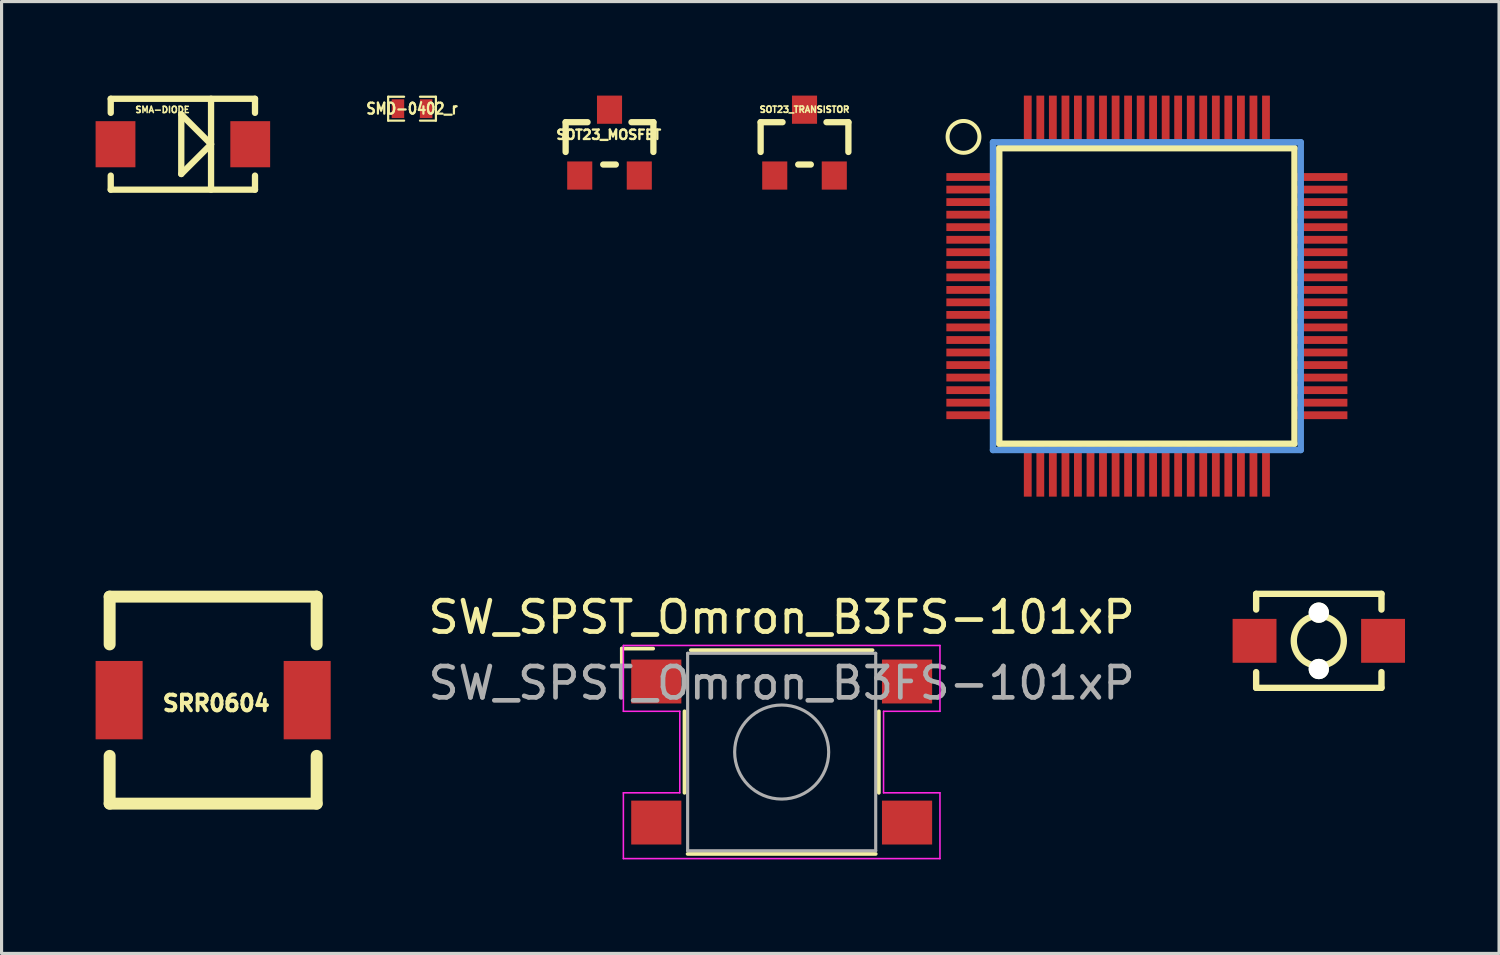
<source format=kicad_pcb>
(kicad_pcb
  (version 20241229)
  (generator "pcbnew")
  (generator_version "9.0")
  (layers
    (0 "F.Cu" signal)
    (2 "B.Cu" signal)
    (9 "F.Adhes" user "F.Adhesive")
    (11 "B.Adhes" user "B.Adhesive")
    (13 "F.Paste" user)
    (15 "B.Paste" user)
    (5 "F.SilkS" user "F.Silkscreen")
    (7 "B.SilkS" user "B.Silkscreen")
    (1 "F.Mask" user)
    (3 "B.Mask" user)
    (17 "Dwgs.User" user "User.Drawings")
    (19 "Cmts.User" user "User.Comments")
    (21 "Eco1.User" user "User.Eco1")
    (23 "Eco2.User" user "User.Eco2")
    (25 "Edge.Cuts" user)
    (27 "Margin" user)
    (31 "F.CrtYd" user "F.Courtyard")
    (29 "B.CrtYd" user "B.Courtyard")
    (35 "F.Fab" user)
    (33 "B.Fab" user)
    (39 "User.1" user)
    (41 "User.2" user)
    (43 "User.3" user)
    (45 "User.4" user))
  (footprint "SQFP80"
    (layer "F.Cu")
    (at 33.538 6.397)
    (property "Reference" "SQFP80" (at -2.8 3.1 0) (layer "Eco1.User") (effects (font (size 0.5 0.5) (thickness 0.102))))
    (attr through_hole)
    (fp_line (start -4.709 -4.719) (end 4.709 -4.719) (stroke (width 0.203) (type solid)) (layer "F.SilkS"))
    (fp_line (start -4.709 4.709) (end -4.709 -4.719) (stroke (width 0.203) (type solid)) (layer "F.SilkS"))
    (fp_line (start 4.709 -4.719) (end 4.709 4.709) (stroke (width 0.203) (type solid)) (layer "F.SilkS"))
    (fp_line (start 4.709 4.709) (end -4.709 4.709) (stroke (width 0.203) (type solid)) (layer "F.SilkS"))
    (fp_circle (center -5.85 -5.08) (end -5.342 -5.08) (stroke (width 0.127) (type solid)) (fill no) (layer "F.SilkS"))
    (fp_line (start -4.91 -4.91) (end -4.91 4.91) (stroke (width 0.203) (type solid)) (layer "Cmts.User"))
    (fp_line (start -4.91 4.91) (end 4.91 4.91) (stroke (width 0.203) (type solid)) (layer "Cmts.User"))
    (fp_line (start 4.91 -4.91) (end -4.91 -4.91) (stroke (width 0.203) (type solid)) (layer "Cmts.User"))
    (fp_line (start 4.91 4.91) (end 4.91 -4.91) (stroke (width 0.203) (type solid)) (layer "Cmts.User"))
    (pad "1" smd rect (at -5.598 -3.8 270) (size 0.249 1.598) (layers "F.Cu" "F.Mask" "F.Paste"))
    (pad "2" smd rect (at -5.598 -3.399 270) (size 0.249 1.598) (layers "F.Cu" "F.Mask" "F.Paste"))
    (pad "3" smd rect (at -5.598 -3 270) (size 0.249 1.598) (layers "F.Cu" "F.Mask" "F.Paste"))
    (pad "4" smd rect (at -5.598 -2.598 270) (size 0.249 1.598) (layers "F.Cu" "F.Mask" "F.Paste"))
    (pad "5" smd rect (at -5.598 -2.2 270) (size 0.249 1.598) (layers "F.Cu" "F.Mask" "F.Paste"))
    (pad "6" smd rect (at -5.598 -1.798 270) (size 0.249 1.598) (layers "F.Cu" "F.Mask" "F.Paste"))
    (pad "7" smd rect (at -5.598 -1.4 270) (size 0.249 1.598) (layers "F.Cu" "F.Mask" "F.Paste"))
    (pad "8" smd rect (at -5.598 -0.998 270) (size 0.249 1.598) (layers "F.Cu" "F.Mask" "F.Paste"))
    (pad "9" smd rect (at -5.598 -0.599 270) (size 0.249 1.598) (layers "F.Cu" "F.Mask" "F.Paste"))
    (pad "10" smd rect (at -5.598 -0.198 270) (size 0.249 1.598) (layers "F.Cu" "F.Mask" "F.Paste"))
    (pad "11" smd rect (at -5.598 0.198 270) (size 0.249 1.598) (layers "F.Cu" "F.Mask" "F.Paste"))
    (pad "12" smd rect (at -5.598 0.599 270) (size 0.249 1.598) (layers "F.Cu" "F.Mask" "F.Paste"))
    (pad "13" smd rect (at -5.598 0.998 270) (size 0.249 1.598) (layers "F.Cu" "F.Mask" "F.Paste"))
    (pad "14" smd rect (at -5.598 1.4 270) (size 0.249 1.598) (layers "F.Cu" "F.Mask" "F.Paste"))
    (pad "15" smd rect (at -5.598 1.798 270) (size 0.249 1.598) (layers "F.Cu" "F.Mask" "F.Paste"))
    (pad "16" smd rect (at -5.598 2.2 270) (size 0.249 1.598) (layers "F.Cu" "F.Mask" "F.Paste"))
    (pad "17" smd rect (at -5.598 2.598 270) (size 0.249 1.598) (layers "F.Cu" "F.Mask" "F.Paste"))
    (pad "18" smd rect (at -5.598 3 270) (size 0.249 1.598) (layers "F.Cu" "F.Mask" "F.Paste"))
    (pad "19" smd rect (at -5.598 3.399 270) (size 0.249 1.598) (layers "F.Cu" "F.Mask" "F.Paste"))
    (pad "20" smd rect (at -5.598 3.8 270) (size 0.249 1.598) (layers "F.Cu" "F.Mask" "F.Paste"))
    (pad "21" smd rect (at -3.8 5.598 270) (size 1.598 0.249) (layers "F.Cu" "F.Mask" "F.Paste"))
    (pad "22" smd rect (at -3.399 5.598 270) (size 1.598 0.249) (layers "F.Cu" "F.Mask" "F.Paste"))
    (pad "23" smd rect (at -3 5.598 270) (size 1.598 0.249) (layers "F.Cu" "F.Mask" "F.Paste"))
    (pad "24" smd rect (at -2.598 5.598 270) (size 1.598 0.249) (layers "F.Cu" "F.Mask" "F.Paste"))
    (pad "25" smd rect (at -2.2 5.598 270) (size 1.598 0.249) (layers "F.Cu" "F.Mask" "F.Paste"))
    (pad "26" smd rect (at -1.798 5.598 270) (size 1.598 0.249) (layers "F.Cu" "F.Mask" "F.Paste"))
    (pad "27" smd rect (at -1.4 5.598 270) (size 1.598 0.249) (layers "F.Cu" "F.Mask" "F.Paste"))
    (pad "28" smd rect (at -0.998 5.598 270) (size 1.598 0.249) (layers "F.Cu" "F.Mask" "F.Paste"))
    (pad "29" smd rect (at -0.599 5.598 270) (size 1.598 0.249) (layers "F.Cu" "F.Mask" "F.Paste"))
    (pad "30" smd rect (at -0.198 5.598 270) (size 1.598 0.249) (layers "F.Cu" "F.Mask" "F.Paste"))
    (pad "31" smd rect (at 0.198 5.598 270) (size 1.598 0.249) (layers "F.Cu" "F.Mask" "F.Paste"))
    (pad "32" smd rect (at 0.599 5.598 270) (size 1.598 0.249) (layers "F.Cu" "F.Mask" "F.Paste"))
    (pad "33" smd rect (at 0.998 5.598 270) (size 1.598 0.249) (layers "F.Cu" "F.Mask" "F.Paste"))
    (pad "34" smd rect (at 1.4 5.598 270) (size 1.598 0.249) (layers "F.Cu" "F.Mask" "F.Paste"))
    (pad "35" smd rect (at 1.798 5.598 270) (size 1.598 0.249) (layers "F.Cu" "F.Mask" "F.Paste"))
    (pad "36" smd rect (at 2.2 5.598 270) (size 1.598 0.249) (layers "F.Cu" "F.Mask" "F.Paste"))
    (pad "37" smd rect (at 2.598 5.598 270) (size 1.598 0.249) (layers "F.Cu" "F.Mask" "F.Paste"))
    (pad "38" smd rect (at 3 5.598 270) (size 1.598 0.249) (layers "F.Cu" "F.Mask" "F.Paste"))
    (pad "39" smd rect (at 3.399 5.598 270) (size 1.598 0.249) (layers "F.Cu" "F.Mask" "F.Paste"))
    (pad "40" smd rect (at 3.8 5.598 270) (size 1.598 0.249) (layers "F.Cu" "F.Mask" "F.Paste"))
    (pad "41" smd rect (at 5.598 3.8 270) (size 0.249 1.598) (layers "F.Cu" "F.Mask" "F.Paste"))
    (pad "42" smd rect (at 5.598 3.399 270) (size 0.249 1.598) (layers "F.Cu" "F.Mask" "F.Paste"))
    (pad "43" smd rect (at 5.598 3 270) (size 0.249 1.598) (layers "F.Cu" "F.Mask" "F.Paste"))
    (pad "44" smd rect (at 5.598 2.598 270) (size 0.249 1.598) (layers "F.Cu" "F.Mask" "F.Paste"))
    (pad "45" smd rect (at 5.598 2.2 270) (size 0.249 1.598) (layers "F.Cu" "F.Mask" "F.Paste"))
    (pad "46" smd rect (at 5.598 1.798 270) (size 0.249 1.598) (layers "F.Cu" "F.Mask" "F.Paste"))
    (pad "47" smd rect (at 5.598 1.4 270) (size 0.249 1.598) (layers "F.Cu" "F.Mask" "F.Paste"))
    (pad "48" smd rect (at 5.598 0.998 270) (size 0.249 1.598) (layers "F.Cu" "F.Mask" "F.Paste"))
    (pad "49" smd rect (at 5.598 0.599 270) (size 0.249 1.598) (layers "F.Cu" "F.Mask" "F.Paste"))
    (pad "50" smd rect (at 5.598 0.198 270) (size 0.249 1.598) (layers "F.Cu" "F.Mask" "F.Paste"))
    (pad "51" smd rect (at 5.598 -0.198 270) (size 0.249 1.598) (layers "F.Cu" "F.Mask" "F.Paste"))
    (pad "52" smd rect (at 5.598 -0.599 270) (size 0.249 1.598) (layers "F.Cu" "F.Mask" "F.Paste"))
    (pad "53" smd rect (at 5.598 -0.998 270) (size 0.249 1.598) (layers "F.Cu" "F.Mask" "F.Paste"))
    (pad "54" smd rect (at 5.598 -1.4 270) (size 0.249 1.598) (layers "F.Cu" "F.Mask" "F.Paste"))
    (pad "55" smd rect (at 5.598 -1.798 270) (size 0.249 1.598) (layers "F.Cu" "F.Mask" "F.Paste"))
    (pad "56" smd rect (at 5.598 -2.2 270) (size 0.249 1.598) (layers "F.Cu" "F.Mask" "F.Paste"))
    (pad "57" smd rect (at 5.598 -2.598 270) (size 0.249 1.598) (layers "F.Cu" "F.Mask" "F.Paste"))
    (pad "58" smd rect (at 5.598 -3 270) (size 0.249 1.598) (layers "F.Cu" "F.Mask" "F.Paste"))
    (pad "59" smd rect (at 5.598 -3.399 270) (size 0.249 1.598) (layers "F.Cu" "F.Mask" "F.Paste"))
    (pad "60" smd rect (at 5.598 -3.8 270) (size 0.249 1.598) (layers "F.Cu" "F.Mask" "F.Paste"))
    (pad "61" smd rect (at 3.8 -5.598 270) (size 1.598 0.249) (layers "F.Cu" "F.Mask" "F.Paste"))
    (pad "62" smd rect (at 3.399 -5.598 270) (size 1.598 0.249) (layers "F.Cu" "F.Mask" "F.Paste"))
    (pad "63" smd rect (at 3 -5.598 270) (size 1.598 0.249) (layers "F.Cu" "F.Mask" "F.Paste"))
    (pad "64" smd rect (at 2.598 -5.598 270) (size 1.598 0.249) (layers "F.Cu" "F.Mask" "F.Paste"))
    (pad "65" smd rect (at 2.2 -5.598 270) (size 1.598 0.249) (layers "F.Cu" "F.Mask" "F.Paste"))
    (pad "66" smd rect (at 1.798 -5.598 270) (size 1.598 0.249) (layers "F.Cu" "F.Mask" "F.Paste"))
    (pad "67" smd rect (at 1.4 -5.598 270) (size 1.598 0.249) (layers "F.Cu" "F.Mask" "F.Paste"))
    (pad "68" smd rect (at 0.998 -5.598 270) (size 1.598 0.249) (layers "F.Cu" "F.Mask" "F.Paste"))
    (pad "69" smd rect (at 0.599 -5.598 270) (size 1.598 0.249) (layers "F.Cu" "F.Mask" "F.Paste"))
    (pad "70" smd rect (at 0.198 -5.598 270) (size 1.598 0.249) (layers "F.Cu" "F.Mask" "F.Paste"))
    (pad "71" smd rect (at -0.198 -5.598 270) (size 1.598 0.249) (layers "F.Cu" "F.Mask" "F.Paste"))
    (pad "72" smd rect (at -0.599 -5.598 270) (size 1.598 0.249) (layers "F.Cu" "F.Mask" "F.Paste"))
    (pad "73" smd rect (at -0.998 -5.598 270) (size 1.598 0.249) (layers "F.Cu" "F.Mask" "F.Paste"))
    (pad "74" smd rect (at -1.4 -5.598 270) (size 1.598 0.249) (layers "F.Cu" "F.Mask" "F.Paste"))
    (pad "75" smd rect (at -1.798 -5.598 270) (size 1.598 0.249) (layers "F.Cu" "F.Mask" "F.Paste"))
    (pad "76" smd rect (at -2.2 -5.598 270) (size 1.598 0.249) (layers "F.Cu" "F.Mask" "F.Paste"))
    (pad "77" smd rect (at -2.598 -5.598 270) (size 1.598 0.249) (layers "F.Cu" "F.Mask" "F.Paste"))
    (pad "78" smd rect (at -3 -5.598 270) (size 1.598 0.249) (layers "F.Cu" "F.Mask" "F.Paste"))
    (pad "79" smd rect (at -3.399 -5.598 270) (size 1.598 0.249) (layers "F.Cu" "F.Mask" "F.Paste"))
    (pad "80" smd rect (at -3.8 -5.598 270) (size 1.598 0.249) (layers "F.Cu" "F.Mask" "F.Paste")))
  (footprint "SW_SPST_Omron_B3FS-101xP"
    (layer "F.Cu")
    (at 21.887 20.942)
    (property "Reference" "SW_SPST_Omron_B3FS-101xP" (at 0 -4.3 0) (layer "F.SilkS") (effects (font (size 1 1) (thickness 0.15))))
    (attr smd)
    (fp_line (start -5.1 -3.3) (end -4.1 -3.3) (stroke (width 0.12) (type solid)) (layer "F.SilkS"))
    (fp_line (start -5.1 -2.3) (end -5.1 -3.3) (stroke (width 0.12) (type solid)) (layer "F.SilkS"))
    (fp_line (start -3.1 -1.3) (end -3.1 1.3) (stroke (width 0.12) (type solid)) (layer "F.SilkS"))
    (fp_line (start 2.9 -3.25) (end -2.9 -3.25) (stroke (width 0.12) (type solid)) (layer "F.SilkS"))
    (fp_line (start 3 3.25) (end -3 3.25) (stroke (width 0.12) (type solid)) (layer "F.SilkS"))
    (fp_line (start 3.1 -1.3) (end 3.1 1.3) (stroke (width 0.12) (type solid)) (layer "F.SilkS"))
    (fp_line (start -5.05 -3.4) (end 5.05 -3.4) (stroke (width 0.05) (type solid)) (layer "F.CrtYd"))
    (fp_line (start -5.05 -1.3) (end -5.05 -3.4) (stroke (width 0.05) (type solid)) (layer "F.CrtYd"))
    (fp_line (start -5.05 1.3) (end -3.25 1.3) (stroke (width 0.05) (type solid)) (layer "F.CrtYd"))
    (fp_line (start -5.05 3.4) (end -5.05 1.3) (stroke (width 0.05) (type solid)) (layer "F.CrtYd"))
    (fp_line (start -3.25 -1.3) (end -5.05 -1.3) (stroke (width 0.05) (type solid)) (layer "F.CrtYd"))
    (fp_line (start -3.25 1.3) (end -3.25 -1.3) (stroke (width 0.05) (type solid)) (layer "F.CrtYd"))
    (fp_line (start 3.25 -1.3) (end 3.25 1.3) (stroke (width 0.05) (type solid)) (layer "F.CrtYd"))
    (fp_line (start 3.25 1.3) (end 5.05 1.3) (stroke (width 0.05) (type solid)) (layer "F.CrtYd"))
    (fp_line (start 5.05 -3.4) (end 5.05 -1.3) (stroke (width 0.05) (type solid)) (layer "F.CrtYd"))
    (fp_line (start 5.05 -1.3) (end 3.25 -1.3) (stroke (width 0.05) (type solid)) (layer "F.CrtYd"))
    (fp_line (start 5.05 1.3) (end 5.05 3.4) (stroke (width 0.05) (type solid)) (layer "F.CrtYd"))
    (fp_line (start 5.05 3.4) (end -5.05 3.4) (stroke (width 0.05) (type solid)) (layer "F.CrtYd"))
    (fp_line (start -3 -3.15) (end 3 -3.15) (stroke (width 0.1) (type solid)) (layer "F.Fab"))
    (fp_line (start -3 3.15) (end -3 -3.15) (stroke (width 0.1) (type solid)) (layer "F.Fab"))
    (fp_line (start 3 -3.15) (end 3 3.15) (stroke (width 0.1) (type solid)) (layer "F.Fab"))
    (fp_line (start 3 3.15) (end -3 3.15) (stroke (width 0.1) (type solid)) (layer "F.Fab"))
    (fp_circle (center 0 0) (end 1.5 0) (stroke (width 0.1) (type solid)) (fill no) (layer "F.Fab"))
    (fp_text user "${REFERENCE}" (at 0 -2.2 0) (layer "F.Fab") (effects (font (size 1 1) (thickness 0.15))))
    (pad "1" smd rect (at -4 -2.25 180) (size 1.6 1.4) (layers "F.Cu" "F.Mask" "F.Paste"))
    (pad "2" smd rect (at 4 -2.25 180) (size 1.6 1.4) (layers "F.Cu" "F.Mask" "F.Paste"))
    (pad "3" smd rect (at -4 2.25 180) (size 1.6 1.4) (layers "F.Cu" "F.Mask" "F.Paste"))
    (pad "4" smd rect (at 4 2.25 180) (size 1.6 1.4) (layers "F.Cu" "F.Mask" "F.Paste")))
  (footprint "SRR0604"
    (layer "F.Cu")
    (at 3.75 19.286)
    (property "Reference" "SRR0604" (at 0.1 0.1 0) (layer "F.SilkS") (effects (font (size 0.5 0.5) (thickness 0.125))))
    (attr through_hole)
    (fp_line (start -3.302 -3.302) (end 3.302 -3.302) (stroke (width 0.381) (type solid)) (layer "F.SilkS"))
    (fp_line (start -3.302 -1.778) (end -3.302 -3.302) (stroke (width 0.381) (type solid)) (layer "F.SilkS"))
    (fp_line (start -3.302 1.778) (end -3.302 3.302) (stroke (width 0.381) (type solid)) (layer "F.SilkS"))
    (fp_line (start -3.302 3.302) (end 3.302 3.302) (stroke (width 0.381) (type solid)) (layer "F.SilkS"))
    (fp_line (start 3.302 -3.302) (end 3.302 -1.778) (stroke (width 0.381) (type solid)) (layer "F.SilkS"))
    (fp_line (start 3.302 3.302) (end 3.302 1.778) (stroke (width 0.381) (type solid)) (layer "F.SilkS"))
    (pad "1" smd rect (at -3 0) (size 1.5 2.5) (layers "F.Cu" "F.Mask" "F.Paste"))
    (pad "2" smd rect (at 3 0) (size 1.5 2.5) (layers "F.Cu" "F.Mask" "F.Paste")))
  (footprint "SMA-DIODE"
    (layer "F.Cu")
    (at 2.784 1.551)
    (property "Reference" "SMA-DIODE" (at -0.65 -1.1 0) (layer "F.SilkS") (effects (font (size 0.2 0.2) (thickness 0.05))))
    (attr smd)
    (fp_line (start -2.301 -1.45) (end -2.301 -1.001) (stroke (width 0.201) (type solid)) (layer "F.SilkS"))
    (fp_line (start -2.301 -1.45) (end 2.301 -1.45) (stroke (width 0.201) (type solid)) (layer "F.SilkS"))
    (fp_line (start -2.301 1.45) (end -2.301 1.001) (stroke (width 0.201) (type solid)) (layer "F.SilkS"))
    (fp_line (start -2.301 1.45) (end 2.301 1.45) (stroke (width 0.201) (type solid)) (layer "F.SilkS"))
    (fp_line (start -0.051 0.95) (end -0.051 -0.95) (stroke (width 0.201) (type solid)) (layer "F.SilkS"))
    (fp_line (start 0.899 -1.45) (end 0.899 1.45) (stroke (width 0.201) (type solid)) (layer "F.SilkS"))
    (fp_line (start 0.899 0) (end -0.051 -0.95) (stroke (width 0.201) (type solid)) (layer "F.SilkS"))
    (fp_line (start 0.899 0) (end -0.051 0.95) (stroke (width 0.201) (type solid)) (layer "F.SilkS"))
    (fp_line (start 2.301 -1.45) (end 2.301 -1.001) (stroke (width 0.201) (type solid)) (layer "F.SilkS"))
    (fp_line (start 2.301 1.45) (end 2.301 1.001) (stroke (width 0.201) (type solid)) (layer "F.SilkS"))
    (pad "A" smd rect (at -2.149 0) (size 1.27 1.471) (layers "F.Cu" "F.Mask" "F.Paste"))
    (pad "K" smd rect (at 2.149 0) (size 1.27 1.471) (layers "F.Cu" "F.Mask" "F.Paste")))
  (footprint "SOT23_MOSFET"
    (layer "F.Cu")
    (at 16.395 1.549)
    (property "Reference" "SOT23_MOSFET" (at -0.025 -0.3 0) (layer "F.SilkS") (effects (font (size 0.3 0.3) (thickness 0.075))))
    (attr smd)
    (fp_line (start -1.4 -0.701) (end -1.4 0.249) (stroke (width 0.201) (type solid)) (layer "F.SilkS"))
    (fp_line (start -1.4 -0.701) (end -0.701 -0.701) (stroke (width 0.201) (type solid)) (layer "F.SilkS"))
    (fp_line (start -0.201 0.65) (end 0.201 0.65) (stroke (width 0.201) (type solid)) (layer "F.SilkS"))
    (fp_line (start 1.4 -0.701) (end 0.701 -0.701) (stroke (width 0.201) (type solid)) (layer "F.SilkS"))
    (fp_line (start 1.4 -0.701) (end 1.4 0.249) (stroke (width 0.201) (type solid)) (layer "F.SilkS"))
    (pad "D" smd rect (at 0 -1.1) (size 0.8 0.899) (layers "F.Cu" "F.Mask" "F.Paste"))
    (pad "G" smd rect (at -0.95 1.001) (size 0.8 0.899) (layers "F.Cu" "F.Mask" "F.Paste"))
    (pad "S" smd rect (at 0.95 1.001) (size 0.8 0.899) (layers "F.Cu" "F.Mask" "F.Paste")))
  (footprint "SMD-0402_r"
    (layer "F.Cu")
    (at 10.095 0.417)
    (property "Reference" "SMD-0402_r" (at 0 0 0) (layer "F.SilkS") (effects (font (size 0.351 0.305) (thickness 0.071))))
    (attr smd)
    (fp_line (start -0.762 -0.381) (end -0.762 0.381) (stroke (width 0.071) (type solid)) (layer "F.SilkS"))
    (fp_line (start -0.762 0.381) (end -0.254 0.381) (stroke (width 0.071) (type solid)) (layer "F.SilkS"))
    (fp_line (start -0.254 -0.381) (end -0.762 -0.381) (stroke (width 0.071) (type solid)) (layer "F.SilkS"))
    (fp_line (start 0.254 -0.381) (end 0.762 -0.381) (stroke (width 0.071) (type solid)) (layer "F.SilkS"))
    (fp_line (start 0.762 -0.381) (end 0.762 0.381) (stroke (width 0.071) (type solid)) (layer "F.SilkS"))
    (fp_line (start 0.762 0.381) (end 0.254 0.381) (stroke (width 0.071) (type solid)) (layer "F.SilkS"))
    (pad "1" smd rect (at -0.45 0) (size 0.399 0.599) (layers "F.Cu" "F.Mask" "F.Paste"))
    (pad "2" smd rect (at 0.45 0) (size 0.399 0.599) (layers "F.Cu" "F.Mask" "F.Paste")))
  (footprint "TACTILE_SWITCH_SMD_2PIN_TINY"
    (layer "F.Cu")
    (at 39.023 17.394)
    (property "Reference" "TACTILE_SWITCH_SMD_2PIN_TINY" (at 0 0 0) (layer "Cmts.User") (effects (font (size 0.001 0.001) (thickness 0.000001))))
    (attr through_hole)
    (fp_line (start -1.999 -1.499) (end -1.999 -0.998) (stroke (width 0.203) (type solid)) (layer "F.SilkS"))
    (fp_line (start -1.999 -1.499) (end 1.999 -1.499) (stroke (width 0.203) (type solid)) (layer "F.SilkS"))
    (fp_line (start -1.999 0.998) (end -1.999 1.499) (stroke (width 0.203) (type solid)) (layer "F.SilkS"))
    (fp_line (start -1.999 1.499) (end 1.999 1.499) (stroke (width 0.203) (type solid)) (layer "F.SilkS"))
    (fp_line (start 1.999 -1.499) (end 1.999 -0.998) (stroke (width 0.203) (type solid)) (layer "F.SilkS"))
    (fp_line (start 1.999 0.998) (end 1.999 1.499) (stroke (width 0.203) (type solid)) (layer "F.SilkS"))
    (fp_circle (center 0 0) (end 0.798 0) (stroke (width 0.203) (type solid)) (fill no) (layer "F.SilkS"))
    (pad "" np_thru_hole circle (at 0 -0.899) (size 0.648 0.648) (drill 0.648) (layers "*.Cu" "*.Mask" "F.SilkS"))
    (pad "" np_thru_hole circle (at 0 0.899) (size 0.648 0.648) (drill 0.648) (layers "*.Cu" "*.Mask" "F.SilkS"))
    (pad "1" smd rect (at -2.05 0 90) (size 1.4 1.4) (layers "F.Cu" "F.Mask" "F.Paste"))
    (pad "2" smd rect (at 2.05 0 90) (size 1.4 1.4) (layers "F.Cu" "F.Mask" "F.Paste")))
  (footprint "SOT23_TRANSISTOR"
    (layer "F.Cu")
    (at 22.616 1.549)
    (property "Reference" "SOT23_TRANSISTOR" (at 0 -1.105 0) (layer "F.SilkS") (effects (font (size 0.2 0.2) (thickness 0.05))))
    (attr smd)
    (fp_line (start -1.4 -0.701) (end -1.4 0.249) (stroke (width 0.201) (type solid)) (layer "F.SilkS"))
    (fp_line (start -1.4 -0.701) (end -0.701 -0.701) (stroke (width 0.201) (type solid)) (layer "F.SilkS"))
    (fp_line (start -0.201 0.65) (end 0.201 0.65) (stroke (width 0.201) (type solid)) (layer "F.SilkS"))
    (fp_line (start 1.4 -0.701) (end 0.701 -0.701) (stroke (width 0.201) (type solid)) (layer "F.SilkS"))
    (fp_line (start 1.4 -0.701) (end 1.4 0.249) (stroke (width 0.201) (type solid)) (layer "F.SilkS"))
    (pad "B" smd rect (at -0.95 1.001) (size 0.8 0.899) (layers "F.Cu" "F.Mask" "F.Paste"))
    (pad "C" smd rect (at 0 -1.1) (size 0.8 0.899) (layers "F.Cu" "F.Mask" "F.Paste"))
    (pad "E" smd rect (at 0.95 1.001) (size 0.8 0.899) (layers "F.Cu" "F.Mask" "F.Paste")))
  (gr_rect
    (start -3 -3)
    (end 44.773 27.367)
    (stroke (width 0.1) (type default))
    (fill no)
    (layer "Edge.Cuts")))
</source>
